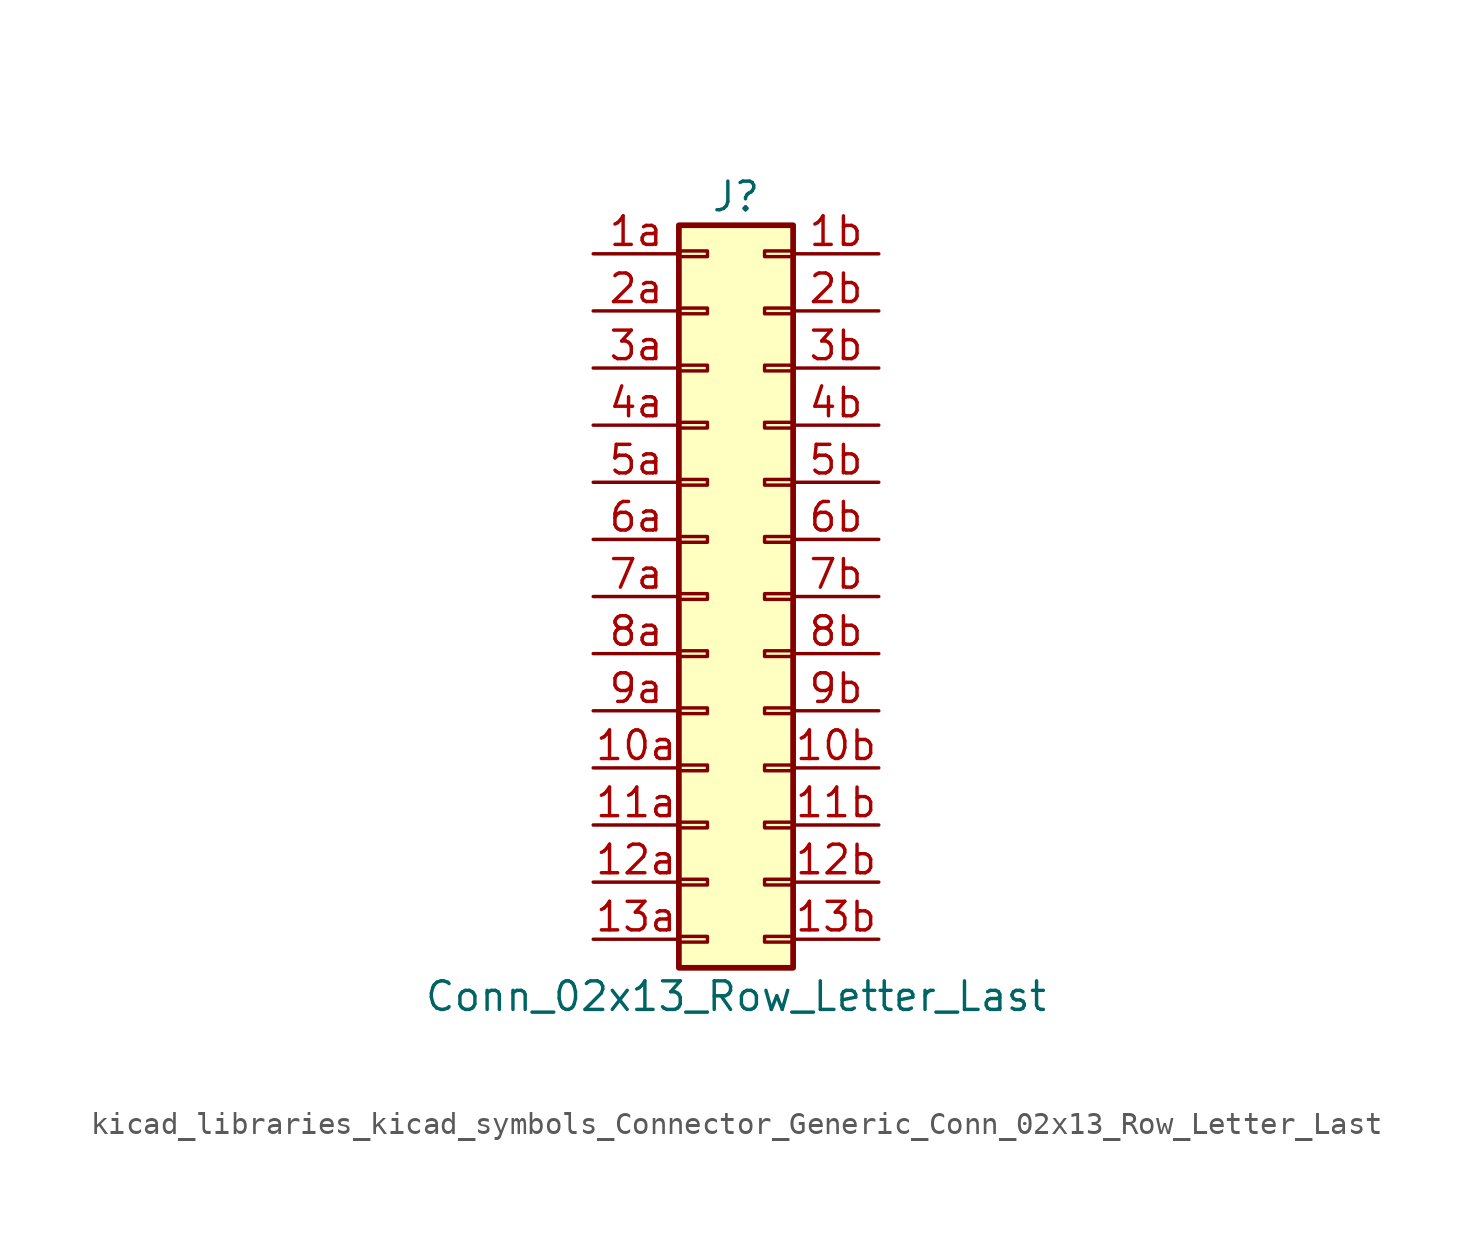
<source format=kicad_sym>
(kicad_symbol_lib
  (version 20220914)
  (generator kicad_symbol_editor)
  (symbol "kicad_libraries_kicad_symbols_Connector_Generic_Conn_02x13_Row_Letter_Last"
    (pin_names
      (offset 1.016) hide)
    (property "Reference" "J"
      (at 1.27 17.78 0)
      (effects (font (size 1.27 1.27))))
    (property "Value" "Conn_02x13_Row_Letter_Last"
      (at 1.27 -17.78 0)
      (effects (font (size 1.27 1.27))))
    (symbol "kicad_libraries_kicad_symbols_Connector_Generic_Conn_02x13_Row_Letter_Last_1_1"
      (rectangle (start -1.27 -15.113) (end 0 -15.367) (stroke (width 0.152) (type default)) (fill (type none)))
      (rectangle (start -1.27 -12.573) (end 0 -12.827) (stroke (width 0.152) (type default)) (fill (type none)))
      (rectangle (start -1.27 -10.033) (end 0 -10.287) (stroke (width 0.152) (type default)) (fill (type none)))
      (rectangle (start -1.27 -7.493) (end 0 -7.747) (stroke (width 0.152) (type default)) (fill (type none)))
      (rectangle (start -1.27 -4.953) (end 0 -5.207) (stroke (width 0.152) (type default)) (fill (type none)))
      (rectangle (start -1.27 -2.413) (end 0 -2.667) (stroke (width 0.152) (type default)) (fill (type none)))
      (rectangle (start -1.27 0.127) (end 0 -0.127) (stroke (width 0.152) (type default)) (fill (type none)))
      (rectangle (start -1.27 2.667) (end 0 2.413) (stroke (width 0.152) (type default)) (fill (type none)))
      (rectangle (start -1.27 5.207) (end 0 4.953) (stroke (width 0.152) (type default)) (fill (type none)))
      (rectangle (start -1.27 7.747) (end 0 7.493) (stroke (width 0.152) (type default)) (fill (type none)))
      (rectangle (start -1.27 10.287) (end 0 10.033) (stroke (width 0.152) (type default)) (fill (type none)))
      (rectangle (start -1.27 12.827) (end 0 12.573) (stroke (width 0.152) (type default)) (fill (type none)))
      (rectangle (start -1.27 15.367) (end 0 15.113) (stroke (width 0.152) (type default)) (fill (type none)))
      (rectangle (start -1.27 16.51) (end 3.81 -16.51) (stroke (width 0.254) (type default)) (fill (type background)))
      (rectangle (start 3.81 -15.113) (end 2.54 -15.367) (stroke (width 0.152) (type default)) (fill (type none)))
      (rectangle (start 3.81 -12.573) (end 2.54 -12.827) (stroke (width 0.152) (type default)) (fill (type none)))
      (rectangle (start 3.81 -10.033) (end 2.54 -10.287) (stroke (width 0.152) (type default)) (fill (type none)))
      (rectangle (start 3.81 -7.493) (end 2.54 -7.747) (stroke (width 0.152) (type default)) (fill (type none)))
      (rectangle (start 3.81 -4.953) (end 2.54 -5.207) (stroke (width 0.152) (type default)) (fill (type none)))
      (rectangle (start 3.81 -2.413) (end 2.54 -2.667) (stroke (width 0.152) (type default)) (fill (type none)))
      (rectangle (start 3.81 0.127) (end 2.54 -0.127) (stroke (width 0.152) (type default)) (fill (type none)))
      (rectangle (start 3.81 2.667) (end 2.54 2.413) (stroke (width 0.152) (type default)) (fill (type none)))
      (rectangle (start 3.81 5.207) (end 2.54 4.953) (stroke (width 0.152) (type default)) (fill (type none)))
      (rectangle (start 3.81 7.747) (end 2.54 7.493) (stroke (width 0.152) (type default)) (fill (type none)))
      (rectangle (start 3.81 10.287) (end 2.54 10.033) (stroke (width 0.152) (type default)) (fill (type none)))
      (rectangle (start 3.81 12.827) (end 2.54 12.573) (stroke (width 0.152) (type default)) (fill (type none)))
      (rectangle (start 3.81 15.367) (end 2.54 15.113) (stroke (width 0.152) (type default)) (fill (type none)))
      (pin passive line (at -5.08 -7.62 0) (length 3.81) (name "Pin_10a" (effects (font (size 1.27 1.27)))) (number "10a" (effects (font (size 1.27 1.27)))))
      (pin passive line (at 7.62 -7.62 180) (length 3.81) (name "Pin_10b" (effects (font (size 1.27 1.27)))) (number "10b" (effects (font (size 1.27 1.27)))))
      (pin passive line (at -5.08 -10.16 0) (length 3.81) (name "Pin_11a" (effects (font (size 1.27 1.27)))) (number "11a" (effects (font (size 1.27 1.27)))))
      (pin passive line (at 7.62 -10.16 180) (length 3.81) (name "Pin_11b" (effects (font (size 1.27 1.27)))) (number "11b" (effects (font (size 1.27 1.27)))))
      (pin passive line (at -5.08 -12.7 0) (length 3.81) (name "Pin_12a" (effects (font (size 1.27 1.27)))) (number "12a" (effects (font (size 1.27 1.27)))))
      (pin passive line (at 7.62 -12.7 180) (length 3.81) (name "Pin_12b" (effects (font (size 1.27 1.27)))) (number "12b" (effects (font (size 1.27 1.27)))))
      (pin passive line (at -5.08 -15.24 0) (length 3.81) (name "Pin_13a" (effects (font (size 1.27 1.27)))) (number "13a" (effects (font (size 1.27 1.27)))))
      (pin passive line (at 7.62 -15.24 180) (length 3.81) (name "Pin_13b" (effects (font (size 1.27 1.27)))) (number "13b" (effects (font (size 1.27 1.27)))))
      (pin passive line (at -5.08 15.24 0) (length 3.81) (name "Pin_1a" (effects (font (size 1.27 1.27)))) (number "1a" (effects (font (size 1.27 1.27)))))
      (pin passive line (at 7.62 15.24 180) (length 3.81) (name "Pin_1b" (effects (font (size 1.27 1.27)))) (number "1b" (effects (font (size 1.27 1.27)))))
      (pin passive line (at -5.08 12.7 0) (length 3.81) (name "Pin_2a" (effects (font (size 1.27 1.27)))) (number "2a" (effects (font (size 1.27 1.27)))))
      (pin passive line (at 7.62 12.7 180) (length 3.81) (name "Pin_2b" (effects (font (size 1.27 1.27)))) (number "2b" (effects (font (size 1.27 1.27)))))
      (pin passive line (at -5.08 10.16 0) (length 3.81) (name "Pin_3a" (effects (font (size 1.27 1.27)))) (number "3a" (effects (font (size 1.27 1.27)))))
      (pin passive line (at 7.62 10.16 180) (length 3.81) (name "Pin_3b" (effects (font (size 1.27 1.27)))) (number "3b" (effects (font (size 1.27 1.27)))))
      (pin passive line (at -5.08 7.62 0) (length 3.81) (name "Pin_4a" (effects (font (size 1.27 1.27)))) (number "4a" (effects (font (size 1.27 1.27)))))
      (pin passive line (at 7.62 7.62 180) (length 3.81) (name "Pin_4b" (effects (font (size 1.27 1.27)))) (number "4b" (effects (font (size 1.27 1.27)))))
      (pin passive line (at -5.08 5.08 0) (length 3.81) (name "Pin_5a" (effects (font (size 1.27 1.27)))) (number "5a" (effects (font (size 1.27 1.27)))))
      (pin passive line (at 7.62 5.08 180) (length 3.81) (name "Pin_5b" (effects (font (size 1.27 1.27)))) (number "5b" (effects (font (size 1.27 1.27)))))
      (pin passive line (at -5.08 2.54 0) (length 3.81) (name "Pin_6a" (effects (font (size 1.27 1.27)))) (number "6a" (effects (font (size 1.27 1.27)))))
      (pin passive line (at 7.62 2.54 180) (length 3.81) (name "Pin_6b" (effects (font (size 1.27 1.27)))) (number "6b" (effects (font (size 1.27 1.27)))))
      (pin passive line (at -5.08 0 0) (length 3.81) (name "Pin_7a" (effects (font (size 1.27 1.27)))) (number "7a" (effects (font (size 1.27 1.27)))))
      (pin passive line (at 7.62 0 180) (length 3.81) (name "Pin_7b" (effects (font (size 1.27 1.27)))) (number "7b" (effects (font (size 1.27 1.27)))))
      (pin passive line (at -5.08 -2.54 0) (length 3.81) (name "Pin_8a" (effects (font (size 1.27 1.27)))) (number "8a" (effects (font (size 1.27 1.27)))))
      (pin passive line (at 7.62 -2.54 180) (length 3.81) (name "Pin_8b" (effects (font (size 1.27 1.27)))) (number "8b" (effects (font (size 1.27 1.27)))))
      (pin passive line (at -5.08 -5.08 0) (length 3.81) (name "Pin_9a" (effects (font (size 1.27 1.27)))) (number "9a" (effects (font (size 1.27 1.27)))))
      (pin passive line (at 7.62 -5.08 180) (length 3.81) (name "Pin_9b" (effects (font (size 1.27 1.27)))) (number "9b" (effects (font (size 1.27 1.27))))))))
</source>
